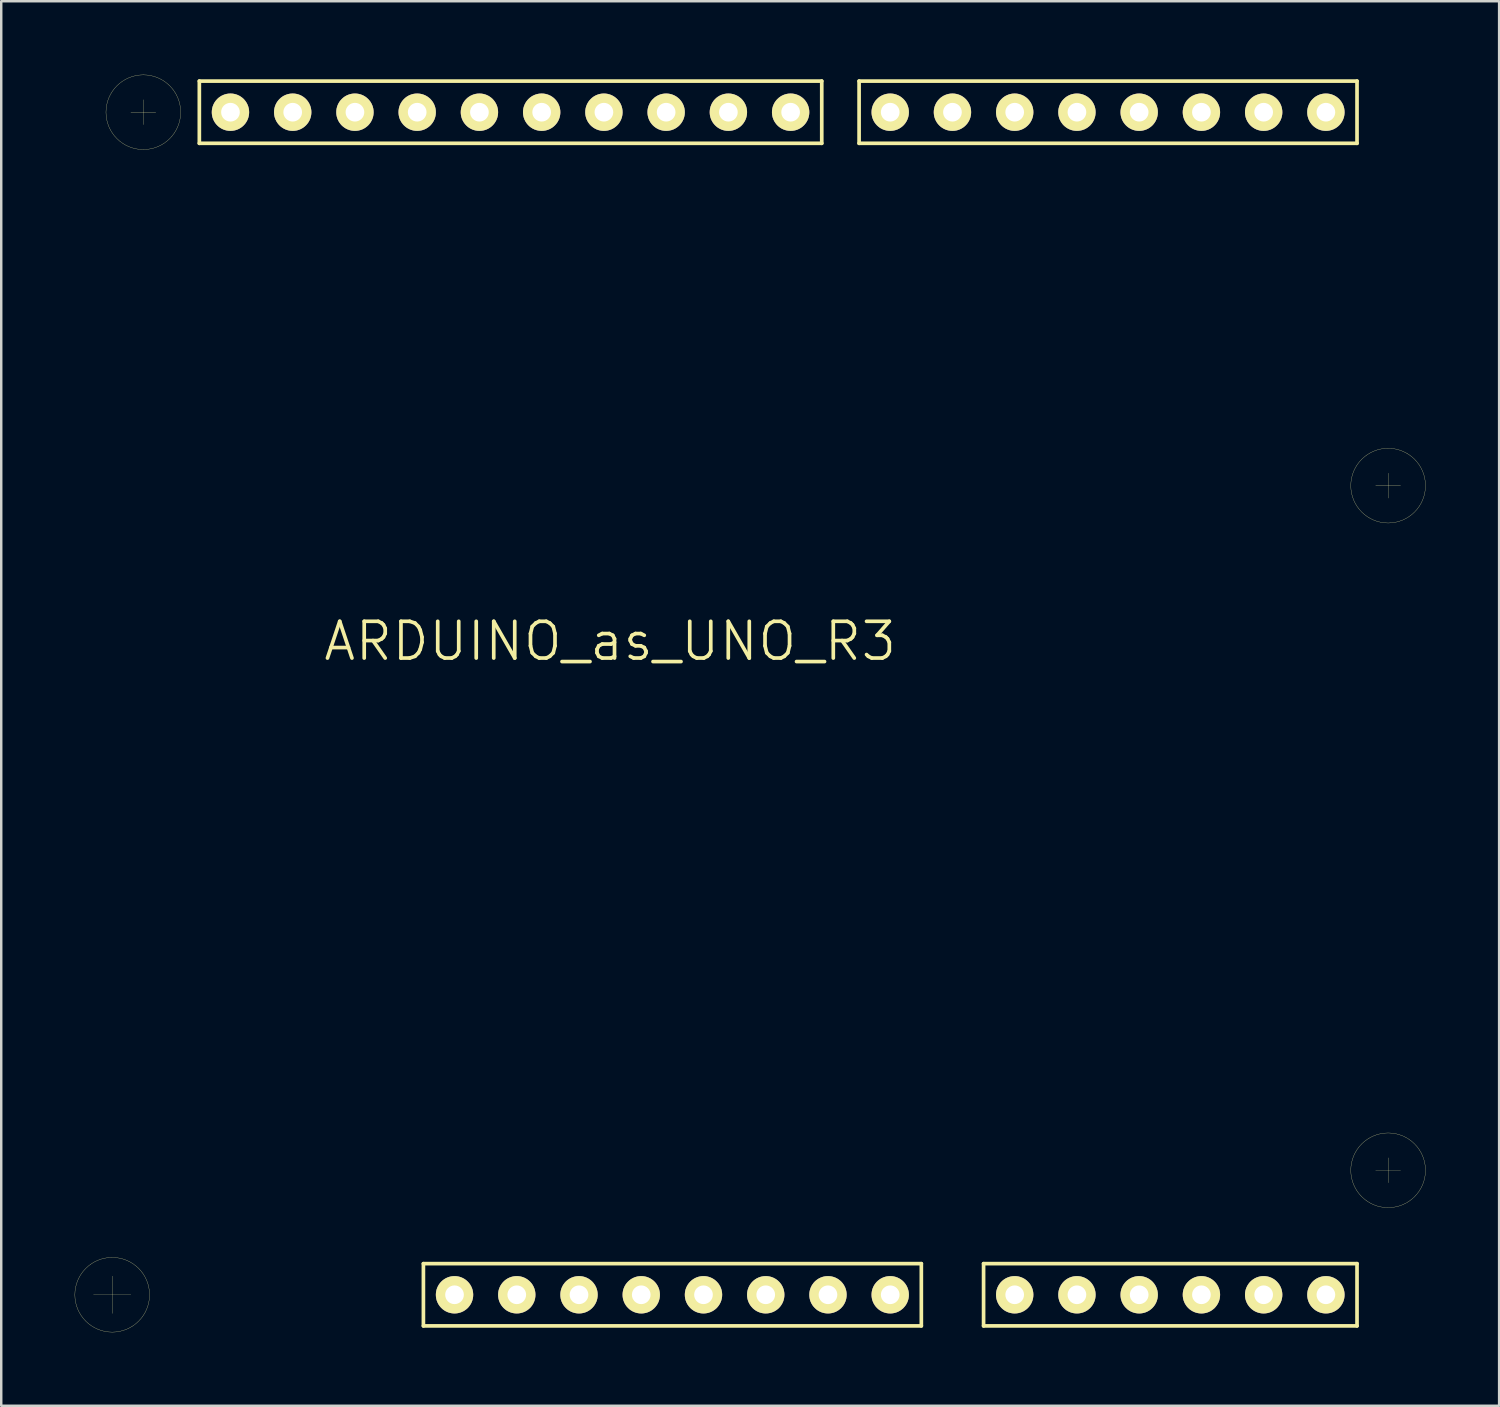
<source format=kicad_pcb>
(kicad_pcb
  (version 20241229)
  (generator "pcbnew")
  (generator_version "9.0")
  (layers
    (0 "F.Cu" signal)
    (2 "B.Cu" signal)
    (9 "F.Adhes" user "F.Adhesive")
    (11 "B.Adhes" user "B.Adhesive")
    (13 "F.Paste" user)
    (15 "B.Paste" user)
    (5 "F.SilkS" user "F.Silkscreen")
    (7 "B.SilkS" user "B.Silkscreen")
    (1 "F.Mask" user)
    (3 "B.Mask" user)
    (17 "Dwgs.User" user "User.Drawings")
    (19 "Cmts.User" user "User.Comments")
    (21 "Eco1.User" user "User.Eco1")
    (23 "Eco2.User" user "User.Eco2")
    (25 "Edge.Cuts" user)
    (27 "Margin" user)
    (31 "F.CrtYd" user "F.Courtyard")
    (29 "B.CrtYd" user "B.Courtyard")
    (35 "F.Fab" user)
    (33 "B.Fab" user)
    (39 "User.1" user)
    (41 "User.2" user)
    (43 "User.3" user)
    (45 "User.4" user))
  (footprint "ARDUINO_as_UNO_R3"
    (layer "F.Cu")
    (at 21.849 25.659)
    (property "Reference" "ARDUINO_as_UNO_R3" (at 0 -2.54 0) (layer "F.SilkS") (effects (font (size 1.5 1.5) (thickness 0.15))))
    (attr through_hole)
    (fp_line (start -21.082 24.13) (end -19.558 24.13) (stroke (width 0.01) (type solid)) (layer "F.SilkS"))
    (fp_line (start -20.32 23.368) (end -20.32 24.892) (stroke (width 0.01) (type solid)) (layer "F.SilkS"))
    (fp_line (start -19.558 -24.13) (end -18.542 -24.13) (stroke (width 0.01) (type solid)) (layer "F.SilkS"))
    (fp_line (start -19.05 -24.638) (end -19.05 -23.622) (stroke (width 0.01) (type solid)) (layer "F.SilkS"))
    (fp_line (start -16.764 -25.4) (end 8.636 -25.4) (stroke (width 0.15) (type solid)) (layer "F.SilkS"))
    (fp_line (start -16.764 -22.86) (end -16.764 -25.4) (stroke (width 0.15) (type solid)) (layer "F.SilkS"))
    (fp_line (start -7.62 22.86) (end 12.7 22.86) (stroke (width 0.15) (type solid)) (layer "F.SilkS"))
    (fp_line (start -7.62 25.4) (end -7.62 22.86) (stroke (width 0.15) (type solid)) (layer "F.SilkS"))
    (fp_line (start 8.636 -25.4) (end 8.636 -22.86) (stroke (width 0.15) (type solid)) (layer "F.SilkS"))
    (fp_line (start 8.636 -22.86) (end -16.764 -22.86) (stroke (width 0.15) (type solid)) (layer "F.SilkS"))
    (fp_line (start 10.16 -25.4) (end 30.48 -25.4) (stroke (width 0.15) (type solid)) (layer "F.SilkS"))
    (fp_line (start 10.16 -22.86) (end 10.16 -25.4) (stroke (width 0.15) (type solid)) (layer "F.SilkS"))
    (fp_line (start 12.7 22.86) (end 12.7 25.4) (stroke (width 0.15) (type solid)) (layer "F.SilkS"))
    (fp_line (start 12.7 25.4) (end -7.62 25.4) (stroke (width 0.15) (type solid)) (layer "F.SilkS"))
    (fp_line (start 15.24 22.86) (end 30.48 22.86) (stroke (width 0.15) (type solid)) (layer "F.SilkS"))
    (fp_line (start 15.24 25.4) (end 15.24 22.86) (stroke (width 0.15) (type solid)) (layer "F.SilkS"))
    (fp_line (start 30.48 -25.4) (end 30.48 -22.86) (stroke (width 0.15) (type solid)) (layer "F.SilkS"))
    (fp_line (start 30.48 -22.86) (end 10.16 -22.86) (stroke (width 0.15) (type solid)) (layer "F.SilkS"))
    (fp_line (start 30.48 22.86) (end 30.48 25.4) (stroke (width 0.15) (type solid)) (layer "F.SilkS"))
    (fp_line (start 30.48 25.4) (end 15.24 25.4) (stroke (width 0.15) (type solid)) (layer "F.SilkS"))
    (fp_line (start 31.242 19.05) (end 32.258 19.05) (stroke (width 0.01) (type solid)) (layer "F.SilkS"))
    (fp_line (start 31.75 -9.398) (end 31.75 -8.382) (stroke (width 0.01) (type solid)) (layer "F.SilkS"))
    (fp_line (start 31.75 18.542) (end 31.75 19.558) (stroke (width 0.01) (type solid)) (layer "F.SilkS"))
    (fp_line (start 32.258 -8.89) (end 31.242 -8.89) (stroke (width 0.01) (type solid)) (layer "F.SilkS"))
    (fp_circle (center -20.32 24.13) (end -18.796 24.13) (stroke (width 0.01) (type solid)) (fill no) (layer "F.SilkS"))
    (fp_circle (center -19.05 -24.13) (end -17.526 -24.13) (stroke (width 0.01) (type solid)) (fill no) (layer "F.SilkS"))
    (fp_circle (center 31.75 -8.89) (end 33.274 -8.89) (stroke (width 0.01) (type solid)) (fill no) (layer "F.SilkS"))
    (fp_circle (center 31.75 19.05) (end 33.274 19.05) (stroke (width 0.01) (type solid)) (fill no) (layer "F.SilkS"))
    (pad "0" thru_hole circle (at 29.21 -24.13) (size 1.524 1.524) (drill 0.762) (layers "*.Cu" "*.Mask" "F.SilkS"))
    (pad "1" thru_hole circle (at 26.67 -24.13) (size 1.524 1.524) (drill 0.762) (layers "*.Cu" "*.Mask" "F.SilkS"))
    (pad "2" thru_hole circle (at 24.13 -24.13) (size 1.524 1.524) (drill 0.762) (layers "*.Cu" "*.Mask" "F.SilkS"))
    (pad "3" thru_hole circle (at 21.59 -24.13) (size 1.524 1.524) (drill 0.762) (layers "*.Cu" "*.Mask" "F.SilkS"))
    (pad "3V3" thru_hole circle (at 1.27 24.13) (size 1.524 1.524) (drill 0.762) (layers "*.Cu" "*.Mask" "F.SilkS"))
    (pad "4" thru_hole circle (at 19.05 -24.13) (size 1.524 1.524) (drill 0.762) (layers "*.Cu" "*.Mask" "F.SilkS"))
    (pad "5" thru_hole circle (at 16.51 -24.13) (size 1.524 1.524) (drill 0.762) (layers "*.Cu" "*.Mask" "F.SilkS"))
    (pad "5V" thru_hole circle (at 3.81 24.13) (size 1.524 1.524) (drill 0.762) (layers "*.Cu" "*.Mask" "F.SilkS"))
    (pad "6" thru_hole circle (at 13.97 -24.13) (size 1.524 1.524) (drill 0.762) (layers "*.Cu" "*.Mask" "F.SilkS"))
    (pad "7" thru_hole circle (at 11.43 -24.13) (size 1.524 1.524) (drill 0.762) (layers "*.Cu" "*.Mask" "F.SilkS"))
    (pad "8" thru_hole circle (at 7.366 -24.13) (size 1.524 1.524) (drill 0.762) (layers "*.Cu" "*.Mask" "F.SilkS"))
    (pad "9" thru_hole circle (at 4.826 -24.13) (size 1.524 1.524) (drill 0.762) (layers "*.Cu" "*.Mask" "F.SilkS"))
    (pad "10" thru_hole circle (at 2.286 -24.13) (size 1.524 1.524) (drill 0.762) (layers "*.Cu" "*.Mask" "F.SilkS"))
    (pad "11" thru_hole circle (at -0.254 -24.13) (size 1.524 1.524) (drill 0.762) (layers "*.Cu" "*.Mask" "F.SilkS"))
    (pad "12" thru_hole circle (at -2.794 -24.13) (size 1.524 1.524) (drill 0.762) (layers "*.Cu" "*.Mask" "F.SilkS"))
    (pad "13" thru_hole circle (at -5.334 -24.13) (size 1.524 1.524) (drill 0.762) (layers "*.Cu" "*.Mask" "F.SilkS"))
    (pad "A0" thru_hole circle (at 16.51 24.13) (size 1.524 1.524) (drill 0.762) (layers "*.Cu" "*.Mask" "F.SilkS"))
    (pad "A1" thru_hole circle (at 19.05 24.13) (size 1.524 1.524) (drill 0.762) (layers "*.Cu" "*.Mask" "F.SilkS"))
    (pad "A2" thru_hole circle (at 21.59 24.13) (size 1.524 1.524) (drill 0.762) (layers "*.Cu" "*.Mask" "F.SilkS"))
    (pad "A3" thru_hole circle (at 24.13 24.13) (size 1.524 1.524) (drill 0.762) (layers "*.Cu" "*.Mask" "F.SilkS"))
    (pad "A4/1" thru_hole circle (at 26.67 24.13) (size 1.524 1.524) (drill 0.762) (layers "*.Cu" "*.Mask" "F.SilkS"))
    (pad "A4/2" thru_hole circle (at -12.954 -24.13) (size 1.524 1.524) (drill 0.762) (layers "*.Cu" "*.Mask" "F.SilkS"))
    (pad "A5/1" thru_hole circle (at 29.21 24.13) (size 1.524 1.524) (drill 0.762) (layers "*.Cu" "*.Mask" "F.SilkS"))
    (pad "A5/2" thru_hole circle (at -15.494 -24.13) (size 1.524 1.524) (drill 0.762) (layers "*.Cu" "*.Mask" "F.SilkS"))
    (pad "AREF" thru_hole circle (at -10.414 -24.13) (size 1.524 1.524) (drill 0.762) (layers "*.Cu" "*.Mask" "F.SilkS"))
    (pad "GND1" thru_hole circle (at 6.35 24.13) (size 1.524 1.524) (drill 0.762) (layers "*.Cu" "*.Mask" "F.SilkS"))
    (pad "GND2" thru_hole circle (at 8.89 24.13) (size 1.524 1.524) (drill 0.762) (layers "*.Cu" "*.Mask" "F.SilkS"))
    (pad "GND3" thru_hole circle (at -7.874 -24.13) (size 1.524 1.524) (drill 0.762) (layers "*.Cu" "*.Mask" "F.SilkS"))
    (pad "IREF" thru_hole circle (at -3.81 24.13) (size 1.524 1.524) (drill 0.762) (layers "*.Cu" "*.Mask" "F.SilkS"))
    (pad "NC" thru_hole circle (at -6.35 24.13) (size 1.524 1.524) (drill 0.762) (layers "*.Cu" "*.Mask" "F.SilkS"))
    (pad "RST" thru_hole circle (at -1.27 24.13) (size 1.524 1.524) (drill 0.762) (layers "*.Cu" "*.Mask" "F.SilkS"))
    (pad "VIN" thru_hole circle (at 11.43 24.13) (size 1.524 1.524) (drill 0.762) (layers "*.Cu" "*.Mask" "F.SilkS")))
  (gr_rect
    (start -3 -3)
    (end 58.128 54.318)
    (stroke (width 0.1) (type default))
    (fill no)
    (layer "Edge.Cuts")))
</source>
